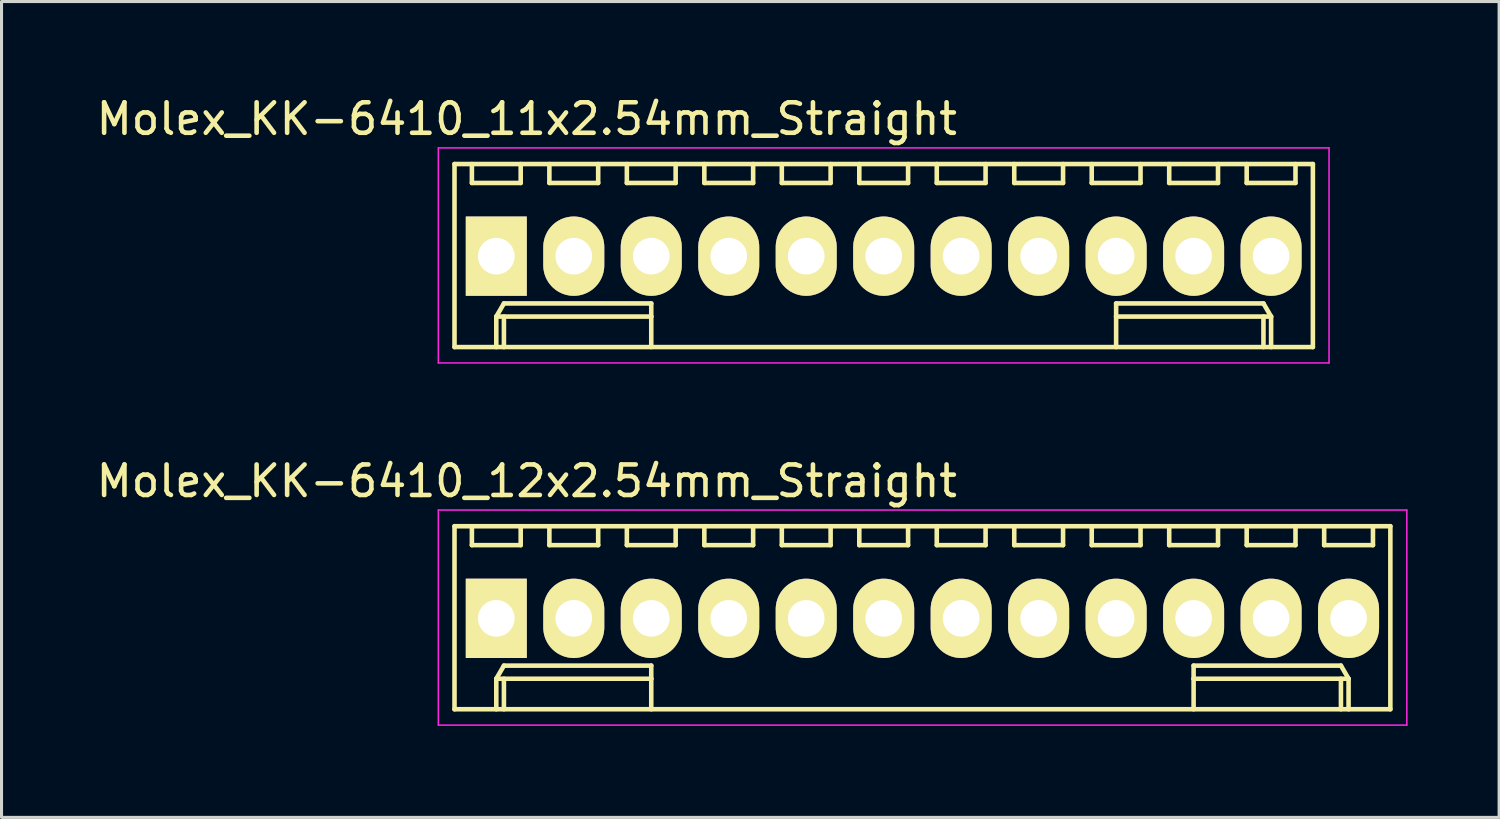
<source format=kicad_pcb>
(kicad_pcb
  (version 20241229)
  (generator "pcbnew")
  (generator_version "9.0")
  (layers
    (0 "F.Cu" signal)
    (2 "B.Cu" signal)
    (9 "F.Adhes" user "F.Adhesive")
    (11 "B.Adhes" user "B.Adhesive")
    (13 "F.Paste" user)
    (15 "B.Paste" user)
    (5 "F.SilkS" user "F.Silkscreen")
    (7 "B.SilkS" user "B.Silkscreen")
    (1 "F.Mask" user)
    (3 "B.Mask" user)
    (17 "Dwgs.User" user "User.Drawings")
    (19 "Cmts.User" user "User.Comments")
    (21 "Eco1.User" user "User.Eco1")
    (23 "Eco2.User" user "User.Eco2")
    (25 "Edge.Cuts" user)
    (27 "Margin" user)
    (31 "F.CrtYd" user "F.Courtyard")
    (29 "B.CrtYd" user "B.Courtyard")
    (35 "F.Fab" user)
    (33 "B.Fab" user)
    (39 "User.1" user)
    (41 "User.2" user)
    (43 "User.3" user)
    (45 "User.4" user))
  (footprint "Molex_KK-6410_11x2.54mm_Straight"
    (layer "F.Cu")
    (at 13.22 5.348)
    (property "Reference" "Molex_KK-6410_11x2.54mm_Straight" (at 1 -4.5 0) (layer "F.SilkS") (effects (font (size 1 1) (thickness 0.15))))
    (attr through_hole)
    (fp_line (start -1.37 -3.02) (end -1.37 2.98) (stroke (width 0.15) (type solid)) (layer "F.SilkS"))
    (fp_line (start -1.37 2.98) (end 26.77 2.98) (stroke (width 0.15) (type solid)) (layer "F.SilkS"))
    (fp_line (start -0.8 -3.02) (end -0.8 -2.4) (stroke (width 0.15) (type solid)) (layer "F.SilkS"))
    (fp_line (start -0.8 -2.4) (end 0.8 -2.4) (stroke (width 0.15) (type solid)) (layer "F.SilkS"))
    (fp_line (start 0 1.98) (end 0.25 1.55) (stroke (width 0.15) (type solid)) (layer "F.SilkS"))
    (fp_line (start 0 1.98) (end 5.08 1.98) (stroke (width 0.15) (type solid)) (layer "F.SilkS"))
    (fp_line (start 0 2.98) (end 0 1.98) (stroke (width 0.15) (type solid)) (layer "F.SilkS"))
    (fp_line (start 0.25 1.55) (end 5.08 1.55) (stroke (width 0.15) (type solid)) (layer "F.SilkS"))
    (fp_line (start 0.25 2.98) (end 0.25 1.98) (stroke (width 0.15) (type solid)) (layer "F.SilkS"))
    (fp_line (start 0.8 -2.4) (end 0.8 -3.02) (stroke (width 0.15) (type solid)) (layer "F.SilkS"))
    (fp_line (start 1.74 -3.02) (end 1.74 -2.4) (stroke (width 0.15) (type solid)) (layer "F.SilkS"))
    (fp_line (start 1.74 -2.4) (end 3.34 -2.4) (stroke (width 0.15) (type solid)) (layer "F.SilkS"))
    (fp_line (start 3.34 -2.4) (end 3.34 -3.02) (stroke (width 0.15) (type solid)) (layer "F.SilkS"))
    (fp_line (start 4.28 -3.02) (end 4.28 -2.4) (stroke (width 0.15) (type solid)) (layer "F.SilkS"))
    (fp_line (start 4.28 -2.4) (end 5.88 -2.4) (stroke (width 0.15) (type solid)) (layer "F.SilkS"))
    (fp_line (start 5.08 1.55) (end 5.08 1.98) (stroke (width 0.15) (type solid)) (layer "F.SilkS"))
    (fp_line (start 5.08 1.98) (end 5.08 2.98) (stroke (width 0.15) (type solid)) (layer "F.SilkS"))
    (fp_line (start 5.88 -2.4) (end 5.88 -3.02) (stroke (width 0.15) (type solid)) (layer "F.SilkS"))
    (fp_line (start 6.82 -3.02) (end 6.82 -2.4) (stroke (width 0.15) (type solid)) (layer "F.SilkS"))
    (fp_line (start 6.82 -2.4) (end 8.42 -2.4) (stroke (width 0.15) (type solid)) (layer "F.SilkS"))
    (fp_line (start 8.42 -2.4) (end 8.42 -3.02) (stroke (width 0.15) (type solid)) (layer "F.SilkS"))
    (fp_line (start 9.36 -3.02) (end 9.36 -2.4) (stroke (width 0.15) (type solid)) (layer "F.SilkS"))
    (fp_line (start 9.36 -2.4) (end 10.96 -2.4) (stroke (width 0.15) (type solid)) (layer "F.SilkS"))
    (fp_line (start 10.96 -2.4) (end 10.96 -3.02) (stroke (width 0.15) (type solid)) (layer "F.SilkS"))
    (fp_line (start 11.9 -3.02) (end 11.9 -2.4) (stroke (width 0.15) (type solid)) (layer "F.SilkS"))
    (fp_line (start 11.9 -2.4) (end 13.5 -2.4) (stroke (width 0.15) (type solid)) (layer "F.SilkS"))
    (fp_line (start 13.5 -2.4) (end 13.5 -3.02) (stroke (width 0.15) (type solid)) (layer "F.SilkS"))
    (fp_line (start 14.44 -3.02) (end 14.44 -2.4) (stroke (width 0.15) (type solid)) (layer "F.SilkS"))
    (fp_line (start 14.44 -2.4) (end 16.04 -2.4) (stroke (width 0.15) (type solid)) (layer "F.SilkS"))
    (fp_line (start 16.04 -2.4) (end 16.04 -3.02) (stroke (width 0.15) (type solid)) (layer "F.SilkS"))
    (fp_line (start 16.98 -3.02) (end 16.98 -2.4) (stroke (width 0.15) (type solid)) (layer "F.SilkS"))
    (fp_line (start 16.98 -2.4) (end 18.58 -2.4) (stroke (width 0.15) (type solid)) (layer "F.SilkS"))
    (fp_line (start 18.58 -2.4) (end 18.58 -3.02) (stroke (width 0.15) (type solid)) (layer "F.SilkS"))
    (fp_line (start 19.52 -3.02) (end 19.52 -2.4) (stroke (width 0.15) (type solid)) (layer "F.SilkS"))
    (fp_line (start 19.52 -2.4) (end 21.12 -2.4) (stroke (width 0.15) (type solid)) (layer "F.SilkS"))
    (fp_line (start 20.32 1.55) (end 20.32 1.98) (stroke (width 0.15) (type solid)) (layer "F.SilkS"))
    (fp_line (start 20.32 1.98) (end 20.32 2.98) (stroke (width 0.15) (type solid)) (layer "F.SilkS"))
    (fp_line (start 21.12 -2.4) (end 21.12 -3.02) (stroke (width 0.15) (type solid)) (layer "F.SilkS"))
    (fp_line (start 22.06 -3.02) (end 22.06 -2.4) (stroke (width 0.15) (type solid)) (layer "F.SilkS"))
    (fp_line (start 22.06 -2.4) (end 23.66 -2.4) (stroke (width 0.15) (type solid)) (layer "F.SilkS"))
    (fp_line (start 23.66 -2.4) (end 23.66 -3.02) (stroke (width 0.15) (type solid)) (layer "F.SilkS"))
    (fp_line (start 24.6 -3.02) (end 24.6 -2.4) (stroke (width 0.15) (type solid)) (layer "F.SilkS"))
    (fp_line (start 24.6 -2.4) (end 26.2 -2.4) (stroke (width 0.15) (type solid)) (layer "F.SilkS"))
    (fp_line (start 25.15 1.55) (end 20.32 1.55) (stroke (width 0.15) (type solid)) (layer "F.SilkS"))
    (fp_line (start 25.15 2.98) (end 25.15 1.98) (stroke (width 0.15) (type solid)) (layer "F.SilkS"))
    (fp_line (start 25.4 1.98) (end 20.32 1.98) (stroke (width 0.15) (type solid)) (layer "F.SilkS"))
    (fp_line (start 25.4 1.98) (end 25.15 1.55) (stroke (width 0.15) (type solid)) (layer "F.SilkS"))
    (fp_line (start 25.4 2.98) (end 25.4 1.98) (stroke (width 0.15) (type solid)) (layer "F.SilkS"))
    (fp_line (start 26.2 -2.4) (end 26.2 -3.02) (stroke (width 0.15) (type solid)) (layer "F.SilkS"))
    (fp_line (start 26.77 -3.02) (end -1.37 -3.02) (stroke (width 0.15) (type solid)) (layer "F.SilkS"))
    (fp_line (start 26.77 2.98) (end 26.77 -3.02) (stroke (width 0.15) (type solid)) (layer "F.SilkS"))
    (fp_line (start -1.9 -3.55) (end 27.3 -3.55) (stroke (width 0.05) (type solid)) (layer "F.CrtYd"))
    (fp_line (start -1.9 3.5) (end -1.9 -3.55) (stroke (width 0.05) (type solid)) (layer "F.CrtYd"))
    (fp_line (start 27.3 -3.55) (end 27.3 3.5) (stroke (width 0.05) (type solid)) (layer "F.CrtYd"))
    (fp_line (start 27.3 3.5) (end -1.9 3.5) (stroke (width 0.05) (type solid)) (layer "F.CrtYd"))
    (pad "1" thru_hole rect (at 0 0) (size 2 2.6) (drill 1.2) (layers "*.Cu" "*.Mask" "F.SilkS"))
    (pad "2" thru_hole oval (at 2.54 0) (size 2 2.6) (drill 1.2) (layers "*.Cu" "*.Mask" "F.SilkS"))
    (pad "3" thru_hole oval (at 5.08 0) (size 2 2.6) (drill 1.2) (layers "*.Cu" "*.Mask" "F.SilkS"))
    (pad "4" thru_hole oval (at 7.62 0) (size 2 2.6) (drill 1.2) (layers "*.Cu" "*.Mask" "F.SilkS"))
    (pad "5" thru_hole oval (at 10.16 0) (size 2 2.6) (drill 1.2) (layers "*.Cu" "*.Mask" "F.SilkS"))
    (pad "6" thru_hole oval (at 12.7 0) (size 2 2.6) (drill 1.2) (layers "*.Cu" "*.Mask" "F.SilkS"))
    (pad "7" thru_hole oval (at 15.24 0) (size 2 2.6) (drill 1.2) (layers "*.Cu" "*.Mask" "F.SilkS"))
    (pad "8" thru_hole oval (at 17.78 0) (size 2 2.6) (drill 1.2) (layers "*.Cu" "*.Mask" "F.SilkS"))
    (pad "9" thru_hole oval (at 20.32 0) (size 2 2.6) (drill 1.2) (layers "*.Cu" "*.Mask" "F.SilkS"))
    (pad "10" thru_hole oval (at 22.86 0) (size 2 2.6) (drill 1.2) (layers "*.Cu" "*.Mask" "F.SilkS"))
    (pad "11" thru_hole oval (at 25.4 0) (size 2 2.6) (drill 1.2) (layers "*.Cu" "*.Mask" "F.SilkS")))
  (footprint "Molex_KK-6410_12x2.54mm_Straight"
    (layer "F.Cu")
    (at 13.22 17.221)
    (property "Reference" "Molex_KK-6410_12x2.54mm_Straight" (at 1 -4.5 0) (layer "F.SilkS") (effects (font (size 1 1) (thickness 0.15))))
    (attr through_hole)
    (fp_line (start -1.37 -3.02) (end -1.37 2.98) (stroke (width 0.15) (type solid)) (layer "F.SilkS"))
    (fp_line (start -1.37 2.98) (end 29.31 2.98) (stroke (width 0.15) (type solid)) (layer "F.SilkS"))
    (fp_line (start -0.8 -3.02) (end -0.8 -2.4) (stroke (width 0.15) (type solid)) (layer "F.SilkS"))
    (fp_line (start -0.8 -2.4) (end 0.8 -2.4) (stroke (width 0.15) (type solid)) (layer "F.SilkS"))
    (fp_line (start 0 1.98) (end 0.25 1.55) (stroke (width 0.15) (type solid)) (layer "F.SilkS"))
    (fp_line (start 0 1.98) (end 5.08 1.98) (stroke (width 0.15) (type solid)) (layer "F.SilkS"))
    (fp_line (start 0 2.98) (end 0 1.98) (stroke (width 0.15) (type solid)) (layer "F.SilkS"))
    (fp_line (start 0.25 1.55) (end 5.08 1.55) (stroke (width 0.15) (type solid)) (layer "F.SilkS"))
    (fp_line (start 0.25 2.98) (end 0.25 1.98) (stroke (width 0.15) (type solid)) (layer "F.SilkS"))
    (fp_line (start 0.8 -2.4) (end 0.8 -3.02) (stroke (width 0.15) (type solid)) (layer "F.SilkS"))
    (fp_line (start 1.74 -3.02) (end 1.74 -2.4) (stroke (width 0.15) (type solid)) (layer "F.SilkS"))
    (fp_line (start 1.74 -2.4) (end 3.34 -2.4) (stroke (width 0.15) (type solid)) (layer "F.SilkS"))
    (fp_line (start 3.34 -2.4) (end 3.34 -3.02) (stroke (width 0.15) (type solid)) (layer "F.SilkS"))
    (fp_line (start 4.28 -3.02) (end 4.28 -2.4) (stroke (width 0.15) (type solid)) (layer "F.SilkS"))
    (fp_line (start 4.28 -2.4) (end 5.88 -2.4) (stroke (width 0.15) (type solid)) (layer "F.SilkS"))
    (fp_line (start 5.08 1.55) (end 5.08 1.98) (stroke (width 0.15) (type solid)) (layer "F.SilkS"))
    (fp_line (start 5.08 1.98) (end 5.08 2.98) (stroke (width 0.15) (type solid)) (layer "F.SilkS"))
    (fp_line (start 5.88 -2.4) (end 5.88 -3.02) (stroke (width 0.15) (type solid)) (layer "F.SilkS"))
    (fp_line (start 6.82 -3.02) (end 6.82 -2.4) (stroke (width 0.15) (type solid)) (layer "F.SilkS"))
    (fp_line (start 6.82 -2.4) (end 8.42 -2.4) (stroke (width 0.15) (type solid)) (layer "F.SilkS"))
    (fp_line (start 8.42 -2.4) (end 8.42 -3.02) (stroke (width 0.15) (type solid)) (layer "F.SilkS"))
    (fp_line (start 9.36 -3.02) (end 9.36 -2.4) (stroke (width 0.15) (type solid)) (layer "F.SilkS"))
    (fp_line (start 9.36 -2.4) (end 10.96 -2.4) (stroke (width 0.15) (type solid)) (layer "F.SilkS"))
    (fp_line (start 10.96 -2.4) (end 10.96 -3.02) (stroke (width 0.15) (type solid)) (layer "F.SilkS"))
    (fp_line (start 11.9 -3.02) (end 11.9 -2.4) (stroke (width 0.15) (type solid)) (layer "F.SilkS"))
    (fp_line (start 11.9 -2.4) (end 13.5 -2.4) (stroke (width 0.15) (type solid)) (layer "F.SilkS"))
    (fp_line (start 13.5 -2.4) (end 13.5 -3.02) (stroke (width 0.15) (type solid)) (layer "F.SilkS"))
    (fp_line (start 14.44 -3.02) (end 14.44 -2.4) (stroke (width 0.15) (type solid)) (layer "F.SilkS"))
    (fp_line (start 14.44 -2.4) (end 16.04 -2.4) (stroke (width 0.15) (type solid)) (layer "F.SilkS"))
    (fp_line (start 16.04 -2.4) (end 16.04 -3.02) (stroke (width 0.15) (type solid)) (layer "F.SilkS"))
    (fp_line (start 16.98 -3.02) (end 16.98 -2.4) (stroke (width 0.15) (type solid)) (layer "F.SilkS"))
    (fp_line (start 16.98 -2.4) (end 18.58 -2.4) (stroke (width 0.15) (type solid)) (layer "F.SilkS"))
    (fp_line (start 18.58 -2.4) (end 18.58 -3.02) (stroke (width 0.15) (type solid)) (layer "F.SilkS"))
    (fp_line (start 19.52 -3.02) (end 19.52 -2.4) (stroke (width 0.15) (type solid)) (layer "F.SilkS"))
    (fp_line (start 19.52 -2.4) (end 21.12 -2.4) (stroke (width 0.15) (type solid)) (layer "F.SilkS"))
    (fp_line (start 21.12 -2.4) (end 21.12 -3.02) (stroke (width 0.15) (type solid)) (layer "F.SilkS"))
    (fp_line (start 22.06 -3.02) (end 22.06 -2.4) (stroke (width 0.15) (type solid)) (layer "F.SilkS"))
    (fp_line (start 22.06 -2.4) (end 23.66 -2.4) (stroke (width 0.15) (type solid)) (layer "F.SilkS"))
    (fp_line (start 22.86 1.55) (end 22.86 1.98) (stroke (width 0.15) (type solid)) (layer "F.SilkS"))
    (fp_line (start 22.86 1.98) (end 22.86 2.98) (stroke (width 0.15) (type solid)) (layer "F.SilkS"))
    (fp_line (start 23.66 -2.4) (end 23.66 -3.02) (stroke (width 0.15) (type solid)) (layer "F.SilkS"))
    (fp_line (start 24.6 -3.02) (end 24.6 -2.4) (stroke (width 0.15) (type solid)) (layer "F.SilkS"))
    (fp_line (start 24.6 -2.4) (end 26.2 -2.4) (stroke (width 0.15) (type solid)) (layer "F.SilkS"))
    (fp_line (start 26.2 -2.4) (end 26.2 -3.02) (stroke (width 0.15) (type solid)) (layer "F.SilkS"))
    (fp_line (start 27.14 -3.02) (end 27.14 -2.4) (stroke (width 0.15) (type solid)) (layer "F.SilkS"))
    (fp_line (start 27.14 -2.4) (end 28.74 -2.4) (stroke (width 0.15) (type solid)) (layer "F.SilkS"))
    (fp_line (start 27.69 1.55) (end 22.86 1.55) (stroke (width 0.15) (type solid)) (layer "F.SilkS"))
    (fp_line (start 27.69 2.98) (end 27.69 1.98) (stroke (width 0.15) (type solid)) (layer "F.SilkS"))
    (fp_line (start 27.94 1.98) (end 22.86 1.98) (stroke (width 0.15) (type solid)) (layer "F.SilkS"))
    (fp_line (start 27.94 1.98) (end 27.69 1.55) (stroke (width 0.15) (type solid)) (layer "F.SilkS"))
    (fp_line (start 27.94 2.98) (end 27.94 1.98) (stroke (width 0.15) (type solid)) (layer "F.SilkS"))
    (fp_line (start 28.74 -2.4) (end 28.74 -3.02) (stroke (width 0.15) (type solid)) (layer "F.SilkS"))
    (fp_line (start 29.31 -3.02) (end -1.37 -3.02) (stroke (width 0.15) (type solid)) (layer "F.SilkS"))
    (fp_line (start 29.31 2.98) (end 29.31 -3.02) (stroke (width 0.15) (type solid)) (layer "F.SilkS"))
    (fp_line (start -1.9 -3.55) (end 29.85 -3.55) (stroke (width 0.05) (type solid)) (layer "F.CrtYd"))
    (fp_line (start -1.9 3.5) (end -1.9 -3.55) (stroke (width 0.05) (type solid)) (layer "F.CrtYd"))
    (fp_line (start 29.85 -3.55) (end 29.85 3.5) (stroke (width 0.05) (type solid)) (layer "F.CrtYd"))
    (fp_line (start 29.85 3.5) (end -1.9 3.5) (stroke (width 0.05) (type solid)) (layer "F.CrtYd"))
    (pad "1" thru_hole rect (at 0 0) (size 2 2.6) (drill 1.2) (layers "*.Cu" "*.Mask" "F.SilkS"))
    (pad "2" thru_hole oval (at 2.54 0) (size 2 2.6) (drill 1.2) (layers "*.Cu" "*.Mask" "F.SilkS"))
    (pad "3" thru_hole oval (at 5.08 0) (size 2 2.6) (drill 1.2) (layers "*.Cu" "*.Mask" "F.SilkS"))
    (pad "4" thru_hole oval (at 7.62 0) (size 2 2.6) (drill 1.2) (layers "*.Cu" "*.Mask" "F.SilkS"))
    (pad "5" thru_hole oval (at 10.16 0) (size 2 2.6) (drill 1.2) (layers "*.Cu" "*.Mask" "F.SilkS"))
    (pad "6" thru_hole oval (at 12.7 0) (size 2 2.6) (drill 1.2) (layers "*.Cu" "*.Mask" "F.SilkS"))
    (pad "7" thru_hole oval (at 15.24 0) (size 2 2.6) (drill 1.2) (layers "*.Cu" "*.Mask" "F.SilkS"))
    (pad "8" thru_hole oval (at 17.78 0) (size 2 2.6) (drill 1.2) (layers "*.Cu" "*.Mask" "F.SilkS"))
    (pad "9" thru_hole oval (at 20.32 0) (size 2 2.6) (drill 1.2) (layers "*.Cu" "*.Mask" "F.SilkS"))
    (pad "10" thru_hole oval (at 22.86 0) (size 2 2.6) (drill 1.2) (layers "*.Cu" "*.Mask" "F.SilkS"))
    (pad "11" thru_hole oval (at 25.4 0) (size 2 2.6) (drill 1.2) (layers "*.Cu" "*.Mask" "F.SilkS"))
    (pad "12" thru_hole oval (at 27.94 0) (size 2 2.6) (drill 1.2) (layers "*.Cu" "*.Mask" "F.SilkS")))
  (gr_rect
    (start -3 -3)
    (end 46.095 23.747)
    (stroke (width 0.1) (type default))
    (fill no)
    (layer "Edge.Cuts")))
</source>
